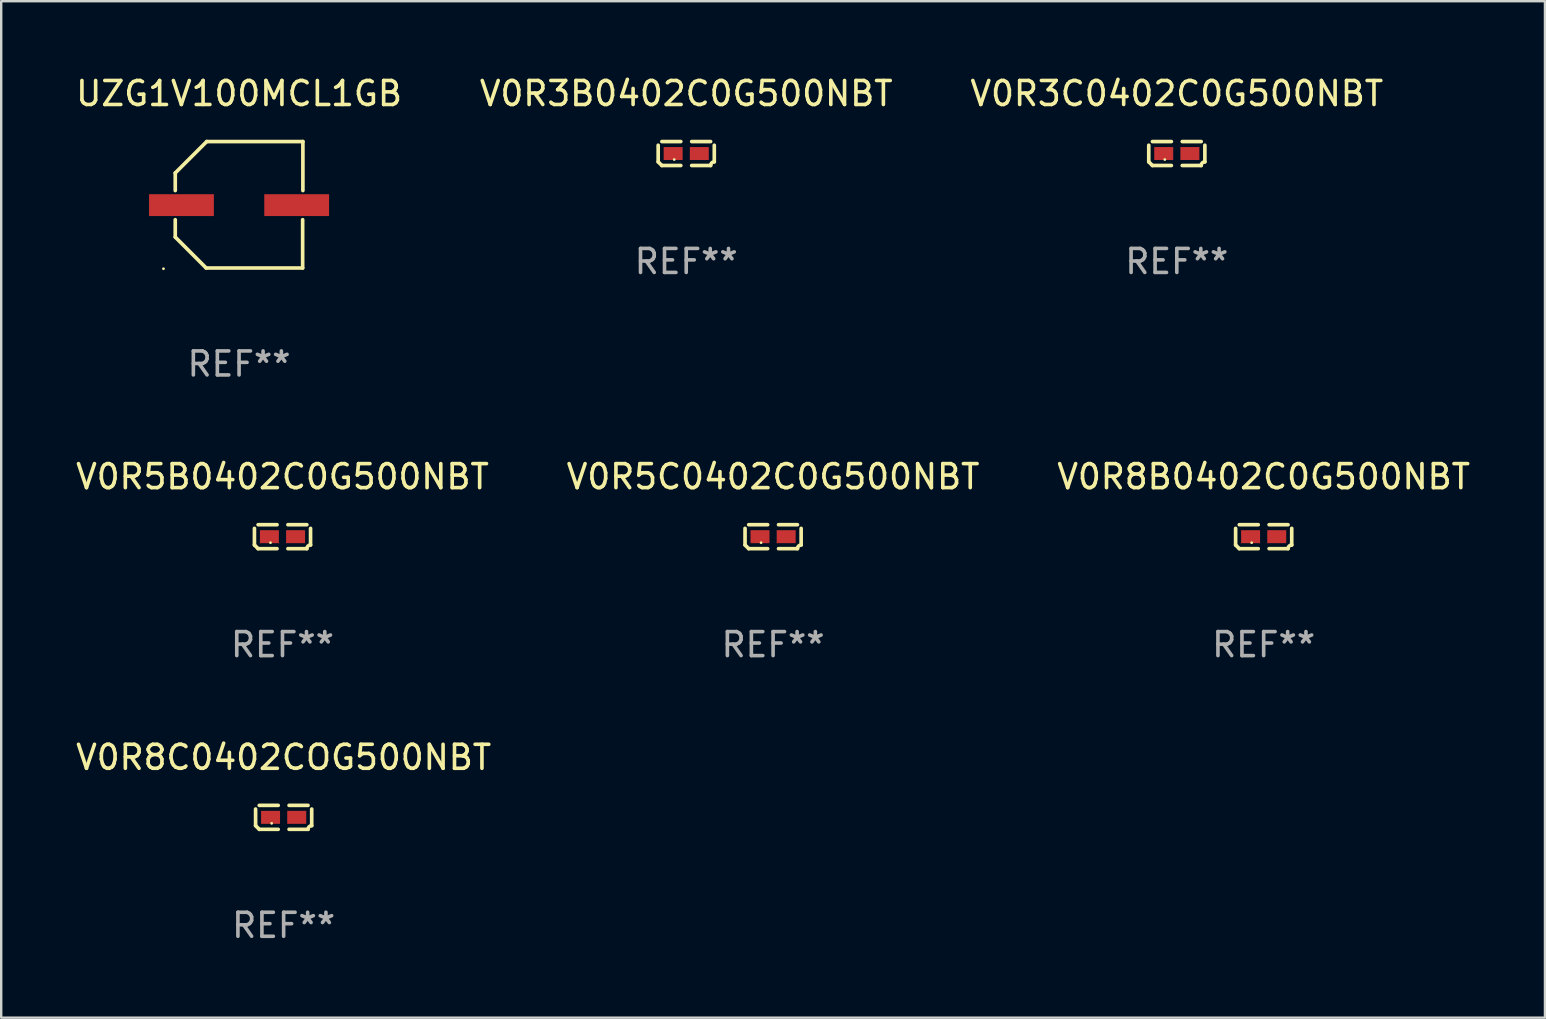
<source format=kicad_pcb>
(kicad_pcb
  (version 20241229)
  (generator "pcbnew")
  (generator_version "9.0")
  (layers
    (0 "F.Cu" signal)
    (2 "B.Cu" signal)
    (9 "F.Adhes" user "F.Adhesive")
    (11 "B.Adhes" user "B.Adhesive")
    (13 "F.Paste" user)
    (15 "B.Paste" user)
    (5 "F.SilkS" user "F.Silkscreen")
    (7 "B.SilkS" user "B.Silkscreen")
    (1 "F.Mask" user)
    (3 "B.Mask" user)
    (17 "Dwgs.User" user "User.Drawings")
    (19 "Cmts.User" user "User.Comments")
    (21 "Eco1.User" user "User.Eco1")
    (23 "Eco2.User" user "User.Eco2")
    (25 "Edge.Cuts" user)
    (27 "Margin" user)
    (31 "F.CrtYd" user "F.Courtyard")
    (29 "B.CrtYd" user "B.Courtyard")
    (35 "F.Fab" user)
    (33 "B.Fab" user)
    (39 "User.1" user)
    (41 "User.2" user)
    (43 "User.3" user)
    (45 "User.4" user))
  (footprint "V0R8C0402COG500NBT"
    (layer "F.Cu")
    (at 8.768 31.005)
    (property "Reference" "V0R8C0402COG500NBT" (at 0 -2.499 0) (layer "F.SilkS") (effects (font (size 1 1) (thickness 0.15))))
    (attr through_hole)
    (fp_line (start -1.169 0.346) (end -1.169 -0.346) (stroke (width 0.152) (type solid)) (layer "F.SilkS"))
    (fp_line (start -1.016 -0.499) (end -0.226 -0.499) (stroke (width 0.152) (type solid)) (layer "F.SilkS"))
    (fp_line (start -0.226 0.499) (end -1.016 0.499) (stroke (width 0.152) (type solid)) (layer "F.SilkS"))
    (fp_line (start 0.226 0.499) (end 1.016 0.499) (stroke (width 0.152) (type solid)) (layer "F.SilkS"))
    (fp_line (start 1.016 -0.499) (end 0.226 -0.499) (stroke (width 0.152) (type solid)) (layer "F.SilkS"))
    (fp_line (start 1.169 0.346) (end 1.169 -0.346) (stroke (width 0.152) (type solid)) (layer "F.SilkS"))
    (fp_arc (start -1.016307 0.498603) (mid -1.092512 0.422405) (end -1.16871 0.3462) (stroke (width 0.1524) (type solid)) (layer "F.SilkS"))
    (fp_arc (start 1.016307 0.498603) (mid 1.060899 0.390758) (end 1.168707 0.346076) (stroke (width 0.1524) (type solid)) (layer "F.SilkS"))
    (fp_circle (center -0.5 0.25) (end -0.47 0.25) (stroke (width 0.06) (type solid)) (fill no) (layer "F.SilkS"))
    (fp_text user "REF**" (at 0 4.499 0) (layer "F.Fab") (effects (font (size 1 1) (thickness 0.15))))
    (pad "1" smd rect (at -0.545 0) (size 0.79 0.54) (layers "F.Cu" "F.Mask" "F.Paste"))
    (pad "2" smd rect (at 0.545 0) (size 0.79 0.54) (layers "F.Cu" "F.Mask" "F.Paste")))
  (footprint "V0R5C0402C0G500NBT"
    (layer "F.Cu")
    (at 29.161 19.311)
    (property "Reference" "V0R5C0402C0G500NBT" (at 0 -2.499 0) (layer "F.SilkS") (effects (font (size 1 1) (thickness 0.15))))
    (attr through_hole)
    (fp_line (start -1.169 0.346) (end -1.169 -0.346) (stroke (width 0.152) (type solid)) (layer "F.SilkS"))
    (fp_line (start -1.016 -0.499) (end -0.226 -0.499) (stroke (width 0.152) (type solid)) (layer "F.SilkS"))
    (fp_line (start -0.226 0.499) (end -1.016 0.499) (stroke (width 0.152) (type solid)) (layer "F.SilkS"))
    (fp_line (start 0.226 0.499) (end 1.016 0.499) (stroke (width 0.152) (type solid)) (layer "F.SilkS"))
    (fp_line (start 1.016 -0.499) (end 0.226 -0.499) (stroke (width 0.152) (type solid)) (layer "F.SilkS"))
    (fp_line (start 1.169 0.346) (end 1.169 -0.346) (stroke (width 0.152) (type solid)) (layer "F.SilkS"))
    (fp_arc (start -1.016307 0.498603) (mid -1.092512 0.422405) (end -1.16871 0.3462) (stroke (width 0.1524) (type solid)) (layer "F.SilkS"))
    (fp_arc (start 1.016307 0.498603) (mid 1.060899 0.390758) (end 1.168707 0.346076) (stroke (width 0.1524) (type solid)) (layer "F.SilkS"))
    (fp_circle (center -0.5 0.25) (end -0.47 0.25) (stroke (width 0.06) (type solid)) (fill no) (layer "F.SilkS"))
    (fp_text user "REF**" (at 0 4.499 0) (layer "F.Fab") (effects (font (size 1 1) (thickness 0.15))))
    (pad "1" smd rect (at -0.545 0) (size 0.79 0.54) (layers "F.Cu" "F.Mask" "F.Paste"))
    (pad "2" smd rect (at 0.545 0) (size 0.79 0.54) (layers "F.Cu" "F.Mask" "F.Paste")))
  (footprint "UZG1V100MCL1GB"
    (layer "F.Cu")
    (at 6.911 5.482)
    (property "Reference" "UZG1V100MCL1GB" (at 0 -4.634 0) (layer "F.SilkS") (effects (font (size 1 1) (thickness 0.15))))
    (attr through_hole)
    (fp_line (start -2.659 -1.326) (end -2.659 -0.592) (stroke (width 0.152) (type solid)) (layer "F.SilkS"))
    (fp_line (start -2.659 1.346) (end -2.659 0.622) (stroke (width 0.152) (type solid)) (layer "F.SilkS"))
    (fp_line (start -1.372 2.634) (end -2.659 1.346) (stroke (width 0.152) (type solid)) (layer "F.SilkS"))
    (fp_line (start -1.349 -2.634) (end -2.659 -1.326) (stroke (width 0.152) (type solid)) (layer "F.SilkS"))
    (fp_line (start 2.649 0.622) (end 2.649 2.634) (stroke (width 0.152) (type solid)) (layer "F.SilkS"))
    (fp_line (start 2.649 2.634) (end -1.372 2.634) (stroke (width 0.152) (type solid)) (layer "F.SilkS"))
    (fp_line (start 2.659 -2.634) (end -1.349 -2.634) (stroke (width 0.152) (type solid)) (layer "F.SilkS"))
    (fp_line (start 2.659 -0.592) (end 2.659 -2.634) (stroke (width 0.152) (type solid)) (layer "F.SilkS"))
    (fp_circle (center -3.15 2.665) (end -3.12 2.665) (stroke (width 0.06) (type solid)) (fill no) (layer "F.SilkS"))
    (fp_text user "REF**" (at 0 6.634 0) (layer "F.Fab") (effects (font (size 1 1) (thickness 0.15))))
    (pad "1" smd rect (at -2.4 0.015) (size 2.7 0.91) (layers "F.Cu" "F.Mask" "F.Paste"))
    (pad "2" smd rect (at 2.4 0.015) (size 2.7 0.91) (layers "F.Cu" "F.Mask" "F.Paste")))
  (footprint "V0R3B0402C0G500NBT"
    (layer "F.Cu")
    (at 25.542 3.347)
    (property "Reference" "V0R3B0402C0G500NBT" (at 0 -2.499 0) (layer "F.SilkS") (effects (font (size 1 1) (thickness 0.15))))
    (attr through_hole)
    (fp_line (start -1.169 0.346) (end -1.169 -0.346) (stroke (width 0.152) (type solid)) (layer "F.SilkS"))
    (fp_line (start -1.016 -0.499) (end -0.226 -0.499) (stroke (width 0.152) (type solid)) (layer "F.SilkS"))
    (fp_line (start -0.226 0.499) (end -1.016 0.499) (stroke (width 0.152) (type solid)) (layer "F.SilkS"))
    (fp_line (start 0.226 0.499) (end 1.016 0.499) (stroke (width 0.152) (type solid)) (layer "F.SilkS"))
    (fp_line (start 1.016 -0.499) (end 0.226 -0.499) (stroke (width 0.152) (type solid)) (layer "F.SilkS"))
    (fp_line (start 1.169 0.346) (end 1.169 -0.346) (stroke (width 0.152) (type solid)) (layer "F.SilkS"))
    (fp_arc (start -1.016307 0.498603) (mid -1.092512 0.422405) (end -1.16871 0.3462) (stroke (width 0.1524) (type solid)) (layer "F.SilkS"))
    (fp_arc (start 1.016307 0.498603) (mid 1.060899 0.390758) (end 1.168707 0.346076) (stroke (width 0.1524) (type solid)) (layer "F.SilkS"))
    (fp_circle (center -0.5 0.25) (end -0.47 0.25) (stroke (width 0.06) (type solid)) (fill no) (layer "F.SilkS"))
    (fp_text user "REF**" (at 0 4.499 0) (layer "F.Fab") (effects (font (size 1 1) (thickness 0.15))))
    (pad "1" smd rect (at -0.545 0) (size 0.79 0.54) (layers "F.Cu" "F.Mask" "F.Paste"))
    (pad "2" smd rect (at 0.545 0) (size 0.79 0.54) (layers "F.Cu" "F.Mask" "F.Paste")))
  (footprint "V0R8B0402C0G500NBT"
    (layer "F.Cu")
    (at 49.601 19.311)
    (property "Reference" "V0R8B0402C0G500NBT" (at 0 -2.499 0) (layer "F.SilkS") (effects (font (size 1 1) (thickness 0.15))))
    (attr through_hole)
    (fp_line (start -1.169 0.346) (end -1.169 -0.346) (stroke (width 0.152) (type solid)) (layer "F.SilkS"))
    (fp_line (start -1.016 -0.499) (end -0.226 -0.499) (stroke (width 0.152) (type solid)) (layer "F.SilkS"))
    (fp_line (start -0.226 0.499) (end -1.016 0.499) (stroke (width 0.152) (type solid)) (layer "F.SilkS"))
    (fp_line (start 0.226 0.499) (end 1.016 0.499) (stroke (width 0.152) (type solid)) (layer "F.SilkS"))
    (fp_line (start 1.016 -0.499) (end 0.226 -0.499) (stroke (width 0.152) (type solid)) (layer "F.SilkS"))
    (fp_line (start 1.169 0.346) (end 1.169 -0.346) (stroke (width 0.152) (type solid)) (layer "F.SilkS"))
    (fp_arc (start -1.016307 0.498603) (mid -1.092512 0.422405) (end -1.16871 0.3462) (stroke (width 0.1524) (type solid)) (layer "F.SilkS"))
    (fp_arc (start 1.016307 0.498603) (mid 1.060899 0.390758) (end 1.168707 0.346076) (stroke (width 0.1524) (type solid)) (layer "F.SilkS"))
    (fp_circle (center -0.5 0.25) (end -0.47 0.25) (stroke (width 0.06) (type solid)) (fill no) (layer "F.SilkS"))
    (fp_text user "REF**" (at 0 4.499 0) (layer "F.Fab") (effects (font (size 1 1) (thickness 0.15))))
    (pad "1" smd rect (at -0.545 0) (size 0.79 0.54) (layers "F.Cu" "F.Mask" "F.Paste"))
    (pad "2" smd rect (at 0.545 0) (size 0.79 0.54) (layers "F.Cu" "F.Mask" "F.Paste")))
  (footprint "V0R3C0402C0G500NBT"
    (layer "F.Cu")
    (at 45.982 3.347)
    (property "Reference" "V0R3C0402C0G500NBT" (at 0 -2.499 0) (layer "F.SilkS") (effects (font (size 1 1) (thickness 0.15))))
    (attr through_hole)
    (fp_line (start -1.169 0.346) (end -1.169 -0.346) (stroke (width 0.152) (type solid)) (layer "F.SilkS"))
    (fp_line (start -1.016 -0.499) (end -0.226 -0.499) (stroke (width 0.152) (type solid)) (layer "F.SilkS"))
    (fp_line (start -0.226 0.499) (end -1.016 0.499) (stroke (width 0.152) (type solid)) (layer "F.SilkS"))
    (fp_line (start 0.226 0.499) (end 1.016 0.499) (stroke (width 0.152) (type solid)) (layer "F.SilkS"))
    (fp_line (start 1.016 -0.499) (end 0.226 -0.499) (stroke (width 0.152) (type solid)) (layer "F.SilkS"))
    (fp_line (start 1.169 0.346) (end 1.169 -0.346) (stroke (width 0.152) (type solid)) (layer "F.SilkS"))
    (fp_arc (start -1.016307 0.498603) (mid -1.092512 0.422405) (end -1.16871 0.3462) (stroke (width 0.1524) (type solid)) (layer "F.SilkS"))
    (fp_arc (start 1.016307 0.498603) (mid 1.060899 0.390758) (end 1.168707 0.346076) (stroke (width 0.1524) (type solid)) (layer "F.SilkS"))
    (fp_circle (center -0.5 0.25) (end -0.47 0.25) (stroke (width 0.06) (type solid)) (fill no) (layer "F.SilkS"))
    (fp_text user "REF**" (at 0 4.499 0) (layer "F.Fab") (effects (font (size 1 1) (thickness 0.15))))
    (pad "1" smd rect (at -0.545 0) (size 0.79 0.54) (layers "F.Cu" "F.Mask" "F.Paste"))
    (pad "2" smd rect (at 0.545 0) (size 0.79 0.54) (layers "F.Cu" "F.Mask" "F.Paste")))
  (footprint "V0R5B0402C0G500NBT"
    (layer "F.Cu")
    (at 8.72 19.311)
    (property "Reference" "V0R5B0402C0G500NBT" (at 0 -2.499 0) (layer "F.SilkS") (effects (font (size 1 1) (thickness 0.15))))
    (attr through_hole)
    (fp_line (start -1.169 0.346) (end -1.169 -0.346) (stroke (width 0.152) (type solid)) (layer "F.SilkS"))
    (fp_line (start -1.016 -0.499) (end -0.226 -0.499) (stroke (width 0.152) (type solid)) (layer "F.SilkS"))
    (fp_line (start -0.226 0.499) (end -1.016 0.499) (stroke (width 0.152) (type solid)) (layer "F.SilkS"))
    (fp_line (start 0.226 0.499) (end 1.016 0.499) (stroke (width 0.152) (type solid)) (layer "F.SilkS"))
    (fp_line (start 1.016 -0.499) (end 0.226 -0.499) (stroke (width 0.152) (type solid)) (layer "F.SilkS"))
    (fp_line (start 1.169 0.346) (end 1.169 -0.346) (stroke (width 0.152) (type solid)) (layer "F.SilkS"))
    (fp_arc (start -1.016307 0.498603) (mid -1.092512 0.422405) (end -1.16871 0.3462) (stroke (width 0.1524) (type solid)) (layer "F.SilkS"))
    (fp_arc (start 1.016307 0.498603) (mid 1.060899 0.390758) (end 1.168707 0.346076) (stroke (width 0.1524) (type solid)) (layer "F.SilkS"))
    (fp_circle (center -0.5 0.25) (end -0.47 0.25) (stroke (width 0.06) (type solid)) (fill no) (layer "F.SilkS"))
    (fp_text user "REF**" (at 0 4.499 0) (layer "F.Fab") (effects (font (size 1 1) (thickness 0.15))))
    (pad "1" smd rect (at -0.545 0) (size 0.79 0.54) (layers "F.Cu" "F.Mask" "F.Paste"))
    (pad "2" smd rect (at 0.545 0) (size 0.79 0.54) (layers "F.Cu" "F.Mask" "F.Paste")))
  (gr_rect
    (start -3 -3)
    (end 61.321 39.352)
    (stroke (width 0.1) (type default))
    (fill no)
    (layer "Edge.Cuts")))
</source>
